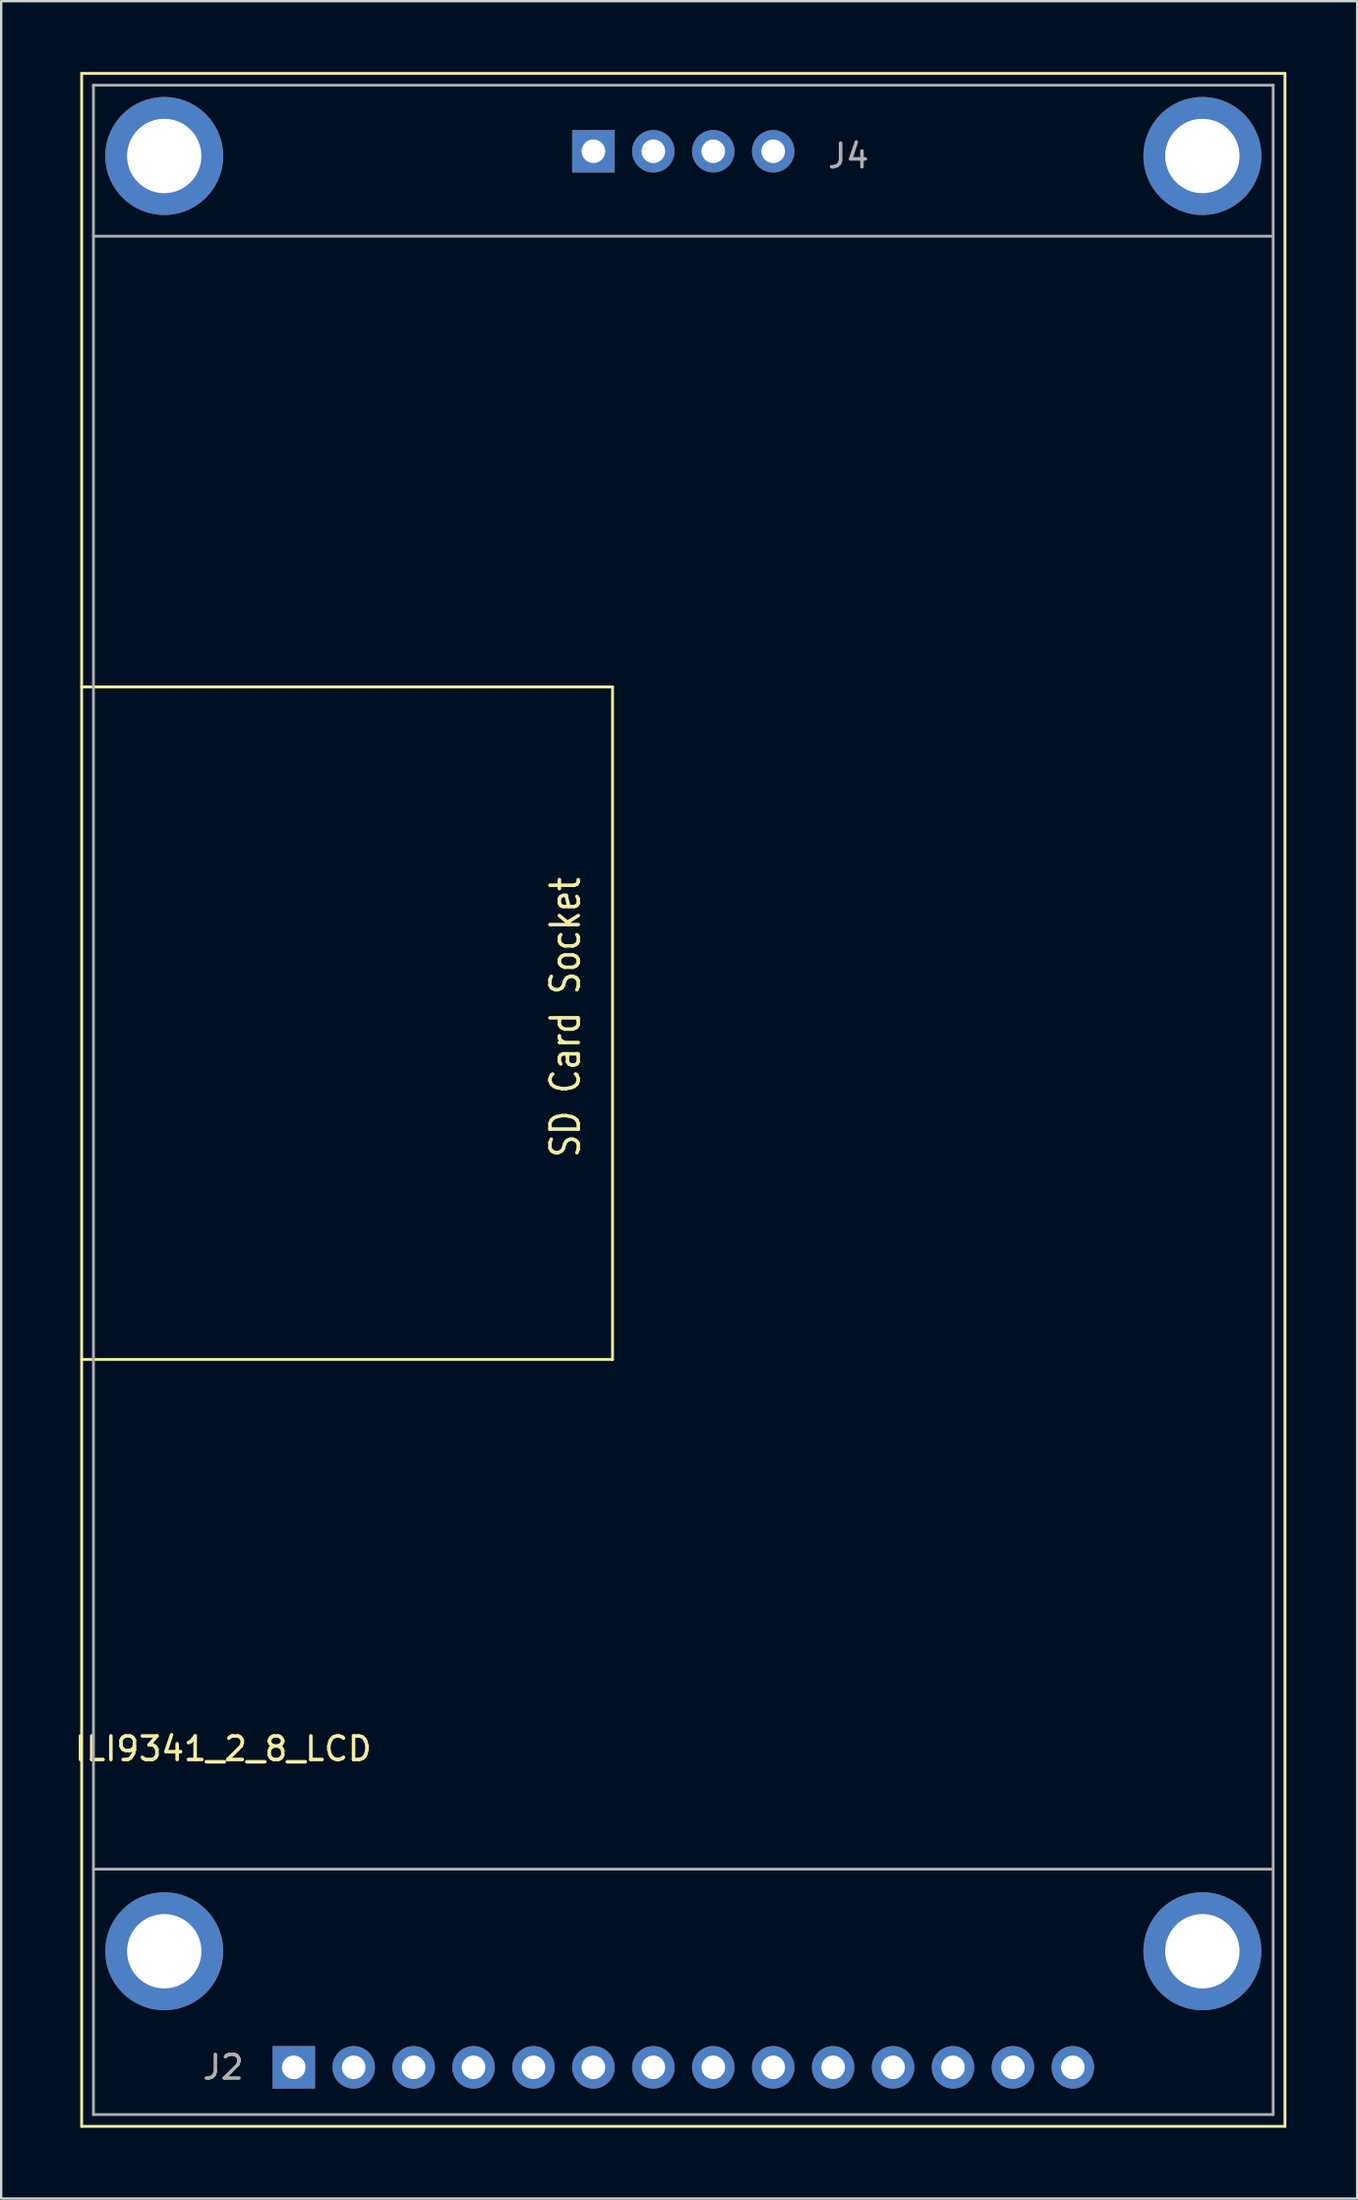
<source format=kicad_pcb>
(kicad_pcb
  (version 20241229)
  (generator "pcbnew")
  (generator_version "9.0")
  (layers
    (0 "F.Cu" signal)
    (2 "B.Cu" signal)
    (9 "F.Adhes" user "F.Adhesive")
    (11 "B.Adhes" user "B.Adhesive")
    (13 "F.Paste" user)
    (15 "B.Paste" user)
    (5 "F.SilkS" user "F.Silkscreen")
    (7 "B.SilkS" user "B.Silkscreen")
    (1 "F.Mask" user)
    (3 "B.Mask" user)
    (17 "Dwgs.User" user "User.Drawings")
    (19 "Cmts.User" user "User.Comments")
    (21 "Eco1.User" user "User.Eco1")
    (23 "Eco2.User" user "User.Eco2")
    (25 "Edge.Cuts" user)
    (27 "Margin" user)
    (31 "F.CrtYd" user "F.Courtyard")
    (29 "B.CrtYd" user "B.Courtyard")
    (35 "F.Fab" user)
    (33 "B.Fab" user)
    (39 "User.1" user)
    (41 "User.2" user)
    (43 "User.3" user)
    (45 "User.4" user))
  (footprint "ILI9341_2_8_LCD"
    (layer "F.Cu")
    (at 0.911 86.56)
    (property "Reference" "ILI9341_2_8_LCD" (at 5.5 -15.5 0) (unlocked yes) (layer "F.SilkS") (effects (font (size 1 1) (thickness 0.15))))
    (attr through_hole)
    (fp_line (start -0.5 -86.5) (end 50.5 -86.5) (stroke (width 0.12) (type solid)) (layer "F.SilkS"))
    (fp_line (start -0.5 -32) (end 22 -32) (stroke (width 0.12) (type solid)) (layer "F.SilkS"))
    (fp_line (start -0.5 0.5) (end -0.5 -86.5) (stroke (width 0.12) (type solid)) (layer "F.SilkS"))
    (fp_line (start 22 -60.5) (end -0.5 -60.5) (stroke (width 0.12) (type solid)) (layer "F.SilkS"))
    (fp_line (start 22 -32) (end 22 -60.5) (stroke (width 0.12) (type solid)) (layer "F.SilkS"))
    (fp_line (start 50.5 -86.5) (end 50.5 0.5) (stroke (width 0.12) (type solid)) (layer "F.SilkS"))
    (fp_line (start 50.5 0.5) (end -0.5 0.5) (stroke (width 0.12) (type solid)) (layer "F.SilkS"))
    (fp_line (start 0 -86) (end 0 0) (stroke (width 0.12) (type solid)) (layer "F.Fab"))
    (fp_line (start 0 -79.6) (end 50 -79.6) (stroke (width 0.12) (type solid)) (layer "F.Fab"))
    (fp_line (start 0 -10.4) (end 50 -10.4) (stroke (width 0.12) (type solid)) (layer "F.Fab"))
    (fp_line (start 0 0) (end 50 0) (stroke (width 0.12) (type solid)) (layer "F.Fab"))
    (fp_line (start 50 -86) (end 0 -86) (stroke (width 0.12) (type solid)) (layer "F.Fab"))
    (fp_line (start 50 0) (end 50 -86) (stroke (width 0.12) (type solid)) (layer "F.Fab"))
    (fp_text user "SD Card Socket" (at 20 -46.5 90) (unlocked yes) (layer "F.SilkS") (effects (font (size 1.2 1) (thickness 0.15))))
    (fp_text user "J4" (at 32 -83 0) (unlocked yes) (layer "F.Fab") (effects (font (size 1 1) (thickness 0.15))))
    (fp_text user "J2" (at 5.5 -2 0) (unlocked yes) (layer "F.Fab") (effects (font (size 1 1) (thickness 0.15))))
    (pad "" np_thru_hole circle (at 3 -83) (size 5 5) (drill 3.15) (layers "*.Cu" "*.Mask"))
    (pad "" np_thru_hole circle (at 3 -6.92) (size 5 5) (drill 3.15) (layers "*.Cu" "*.Mask"))
    (pad "" np_thru_hole circle (at 47 -83) (size 5 5) (drill 3.15) (layers "*.Cu" "*.Mask"))
    (pad "" np_thru_hole circle (at 47 -6.92) (size 5 5) (drill 3.15) (layers "*.Cu" "*.Mask"))
    (pad "1" thru_hole rect (at 8.49 -2) (size 1.8 1.8) (drill 1) (layers "*.Cu" "*.Mask"))
    (pad "2" thru_hole circle (at 11.03 -2) (size 1.8 1.8) (drill 1) (layers "*.Cu" "*.Mask"))
    (pad "3" thru_hole circle (at 13.57 -2) (size 1.8 1.8) (drill 1) (layers "*.Cu" "*.Mask"))
    (pad "4" thru_hole circle (at 16.11 -2) (size 1.8 1.8) (drill 1) (layers "*.Cu" "*.Mask"))
    (pad "5" thru_hole circle (at 18.65 -2) (size 1.8 1.8) (drill 1) (layers "*.Cu" "*.Mask"))
    (pad "6" thru_hole circle (at 21.19 -2) (size 1.8 1.8) (drill 1) (layers "*.Cu" "*.Mask"))
    (pad "7" thru_hole circle (at 23.73 -2) (size 1.8 1.8) (drill 1) (layers "*.Cu" "*.Mask"))
    (pad "8" thru_hole circle (at 26.27 -2) (size 1.8 1.8) (drill 1) (layers "*.Cu" "*.Mask"))
    (pad "9" thru_hole circle (at 28.81 -2) (size 1.8 1.8) (drill 1) (layers "*.Cu" "*.Mask"))
    (pad "10" thru_hole circle (at 31.35 -2) (size 1.8 1.8) (drill 1) (layers "*.Cu" "*.Mask"))
    (pad "11" thru_hole circle (at 33.89 -2) (size 1.8 1.8) (drill 1) (layers "*.Cu" "*.Mask"))
    (pad "12" thru_hole circle (at 36.43 -2) (size 1.8 1.8) (drill 1) (layers "*.Cu" "*.Mask"))
    (pad "13" thru_hole circle (at 38.97 -2) (size 1.8 1.8) (drill 1) (layers "*.Cu" "*.Mask"))
    (pad "14" thru_hole circle (at 41.51 -2) (size 1.8 1.8) (drill 1) (layers "*.Cu" "*.Mask"))
    (pad "15" thru_hole rect (at 21.19 -83.2) (size 1.8 1.8) (drill 1) (layers "*.Cu" "*.Mask"))
    (pad "16" thru_hole circle (at 23.73 -83.2) (size 1.8 1.8) (drill 1) (layers "*.Cu" "*.Mask"))
    (pad "17" thru_hole circle (at 26.27 -83.2) (size 1.8 1.8) (drill 1) (layers "*.Cu" "*.Mask"))
    (pad "18" thru_hole circle (at 28.81 -83.2) (size 1.8 1.8) (drill 1) (layers "*.Cu" "*.Mask")))
  (gr_rect
    (start -3 -3)
    (end 54.471 90.12)
    (stroke (width 0.1) (type default))
    (fill no)
    (layer "Edge.Cuts")))
</source>
